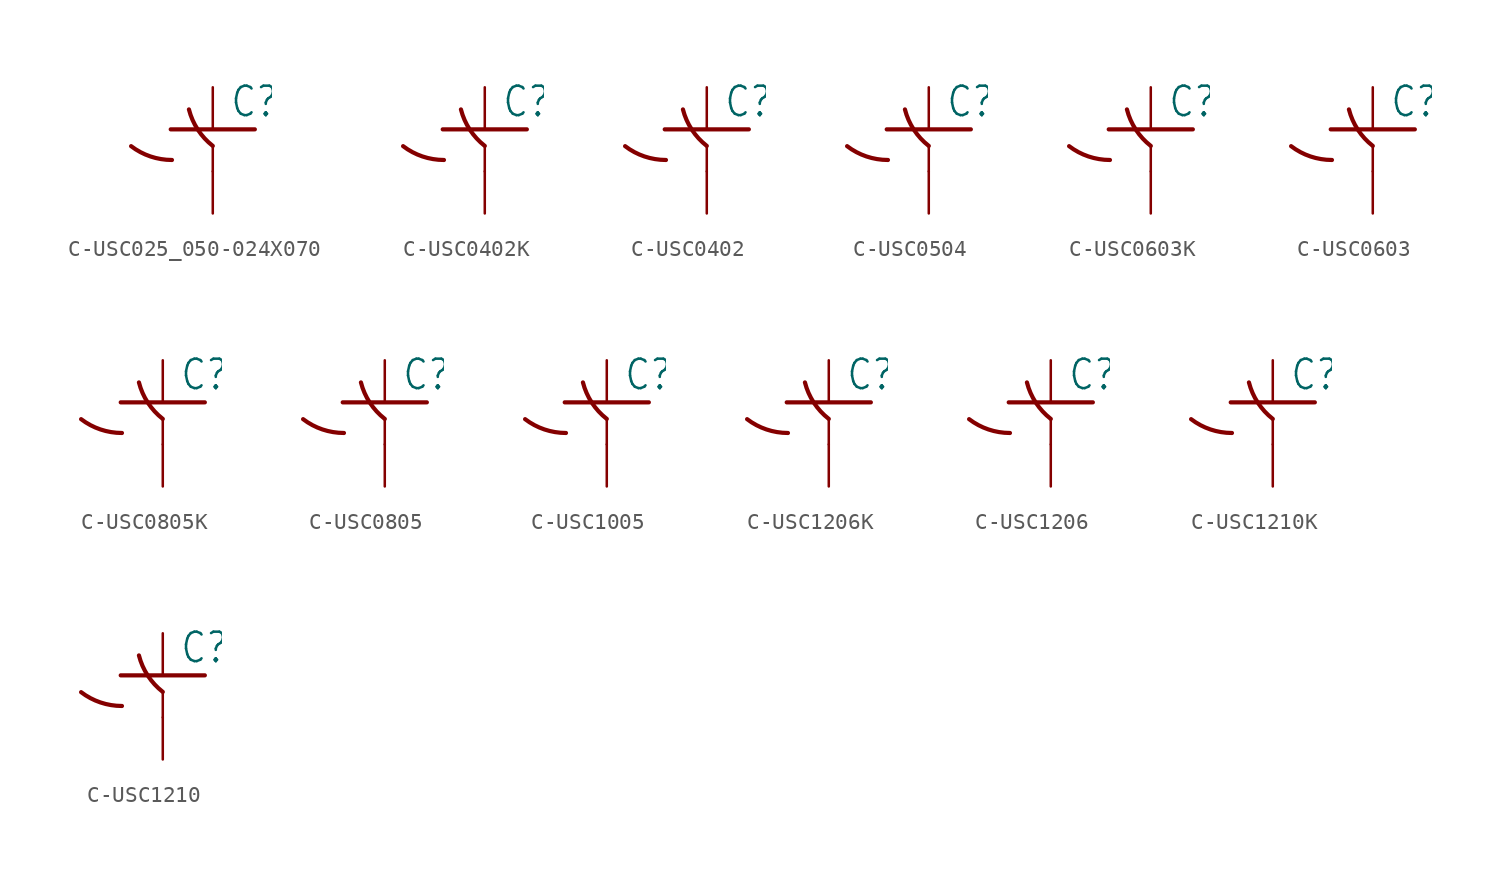
<source format=kicad_sym>
(kicad_symbol_lib
  (version 20241209)
  (generator "kicad_symbol_editor")
  (generator_version "9.0")
  (symbol "C-USC025_050-024X070"
    (property "Reference" "C"
      (at 1.016 0.635 0)
      (effects (font (size 1.778 1.511)) (justify left bottom)))
    (property "Value" ""
      (at 1.016 -4.191 0)
      (effects (font (size 1.778 1.511)) (justify left bottom)))
    (property "ki_locked" ""
      (at 0 0 0)
      (effects (font (size 1.27 1.27))))
    (symbol "C-USC025_050-024X070_1_0"
      (polyline (pts (xy -2.54 0) (xy 2.54 0)) (stroke (width 0.254) (type solid)) (fill (type none)))
      (arc (start -2.4668 -1.8504) (mid -3.7688 -1.6361) (end -4.9335 -1.016) (stroke (width 0.254) (type solid)) (fill (type none)))
      (polyline (pts (xy 0 -1.016) (xy 0 -2.54)) (stroke (width 0.152) (type solid)) (fill (type none)))
      (arc (start 0 -1) (mid -0.9038 -0.0189) (end -1.4403 1.2025) (stroke (width 0.254) (type solid)) (fill (type none)))
      (pin passive line (at 0 2.54 270) (length 2.54) (name "1" (effects (font (size 0 0)))) (number "1" (effects (font (size 0 0)))))
      (pin passive line (at 0 -5.08 90) (length 2.54) (name "2" (effects (font (size 0 0)))) (number "2" (effects (font (size 0 0)))))))
  (symbol "C-USC0402K"
    (property "Reference" "C"
      (at 1.016 0.635 0)
      (effects (font (size 1.778 1.511)) (justify left bottom)))
    (property "Value" ""
      (at 1.016 -4.191 0)
      (effects (font (size 1.778 1.511)) (justify left bottom)))
    (property "ki_locked" ""
      (at 0 0 0)
      (effects (font (size 1.27 1.27))))
    (symbol "C-USC0402K_1_0"
      (polyline (pts (xy -2.54 0) (xy 2.54 0)) (stroke (width 0.254) (type solid)) (fill (type none)))
      (arc (start -2.4668 -1.8504) (mid -3.7688 -1.6361) (end -4.9335 -1.016) (stroke (width 0.254) (type solid)) (fill (type none)))
      (polyline (pts (xy 0 -1.016) (xy 0 -2.54)) (stroke (width 0.152) (type solid)) (fill (type none)))
      (arc (start 0 -1) (mid -0.9038 -0.0189) (end -1.4403 1.2025) (stroke (width 0.254) (type solid)) (fill (type none)))
      (pin passive line (at 0 2.54 270) (length 2.54) (name "1" (effects (font (size 0 0)))) (number "1" (effects (font (size 0 0)))))
      (pin passive line (at 0 -5.08 90) (length 2.54) (name "2" (effects (font (size 0 0)))) (number "2" (effects (font (size 0 0)))))))
  (symbol "C-USC0402"
    (property "Reference" "C"
      (at 1.016 0.635 0)
      (effects (font (size 1.778 1.511)) (justify left bottom)))
    (property "Value" ""
      (at 1.016 -4.191 0)
      (effects (font (size 1.778 1.511)) (justify left bottom)))
    (property "ki_locked" ""
      (at 0 0 0)
      (effects (font (size 1.27 1.27))))
    (symbol "C-USC0402_1_0"
      (polyline (pts (xy -2.54 0) (xy 2.54 0)) (stroke (width 0.254) (type solid)) (fill (type none)))
      (arc (start -2.4668 -1.8504) (mid -3.7688 -1.6361) (end -4.9335 -1.016) (stroke (width 0.254) (type solid)) (fill (type none)))
      (polyline (pts (xy 0 -1.016) (xy 0 -2.54)) (stroke (width 0.152) (type solid)) (fill (type none)))
      (arc (start 0 -1) (mid -0.9038 -0.0189) (end -1.4403 1.2025) (stroke (width 0.254) (type solid)) (fill (type none)))
      (pin passive line (at 0 2.54 270) (length 2.54) (name "1" (effects (font (size 0 0)))) (number "1" (effects (font (size 0 0)))))
      (pin passive line (at 0 -5.08 90) (length 2.54) (name "2" (effects (font (size 0 0)))) (number "2" (effects (font (size 0 0)))))))
  (symbol "C-USC0504"
    (property "Reference" "C"
      (at 1.016 0.635 0)
      (effects (font (size 1.778 1.511)) (justify left bottom)))
    (property "Value" ""
      (at 1.016 -4.191 0)
      (effects (font (size 1.778 1.511)) (justify left bottom)))
    (property "ki_locked" ""
      (at 0 0 0)
      (effects (font (size 1.27 1.27))))
    (symbol "C-USC0504_1_0"
      (polyline (pts (xy -2.54 0) (xy 2.54 0)) (stroke (width 0.254) (type solid)) (fill (type none)))
      (arc (start -2.4668 -1.8504) (mid -3.7688 -1.6361) (end -4.9335 -1.016) (stroke (width 0.254) (type solid)) (fill (type none)))
      (polyline (pts (xy 0 -1.016) (xy 0 -2.54)) (stroke (width 0.152) (type solid)) (fill (type none)))
      (arc (start 0 -1) (mid -0.9038 -0.0189) (end -1.4403 1.2025) (stroke (width 0.254) (type solid)) (fill (type none)))
      (pin passive line (at 0 2.54 270) (length 2.54) (name "1" (effects (font (size 0 0)))) (number "1" (effects (font (size 0 0)))))
      (pin passive line (at 0 -5.08 90) (length 2.54) (name "2" (effects (font (size 0 0)))) (number "2" (effects (font (size 0 0)))))))
  (symbol "C-USC0603K"
    (property "Reference" "C"
      (at 1.016 0.635 0)
      (effects (font (size 1.778 1.511)) (justify left bottom)))
    (property "Value" ""
      (at 1.016 -4.191 0)
      (effects (font (size 1.778 1.511)) (justify left bottom)))
    (property "ki_locked" ""
      (at 0 0 0)
      (effects (font (size 1.27 1.27))))
    (symbol "C-USC0603K_1_0"
      (polyline (pts (xy -2.54 0) (xy 2.54 0)) (stroke (width 0.254) (type solid)) (fill (type none)))
      (arc (start -2.4668 -1.8504) (mid -3.7688 -1.6361) (end -4.9335 -1.016) (stroke (width 0.254) (type solid)) (fill (type none)))
      (polyline (pts (xy 0 -1.016) (xy 0 -2.54)) (stroke (width 0.152) (type solid)) (fill (type none)))
      (arc (start 0 -1) (mid -0.9038 -0.0189) (end -1.4403 1.2025) (stroke (width 0.254) (type solid)) (fill (type none)))
      (pin passive line (at 0 2.54 270) (length 2.54) (name "1" (effects (font (size 0 0)))) (number "1" (effects (font (size 0 0)))))
      (pin passive line (at 0 -5.08 90) (length 2.54) (name "2" (effects (font (size 0 0)))) (number "2" (effects (font (size 0 0)))))))
  (symbol "C-USC0603"
    (property "Reference" "C"
      (at 1.016 0.635 0)
      (effects (font (size 1.778 1.511)) (justify left bottom)))
    (property "Value" ""
      (at 1.016 -4.191 0)
      (effects (font (size 1.778 1.511)) (justify left bottom)))
    (property "ki_locked" ""
      (at 0 0 0)
      (effects (font (size 1.27 1.27))))
    (symbol "C-USC0603_1_0"
      (polyline (pts (xy -2.54 0) (xy 2.54 0)) (stroke (width 0.254) (type solid)) (fill (type none)))
      (arc (start -2.4668 -1.8504) (mid -3.7688 -1.6361) (end -4.9335 -1.016) (stroke (width 0.254) (type solid)) (fill (type none)))
      (polyline (pts (xy 0 -1.016) (xy 0 -2.54)) (stroke (width 0.152) (type solid)) (fill (type none)))
      (arc (start 0 -1) (mid -0.9038 -0.0189) (end -1.4403 1.2025) (stroke (width 0.254) (type solid)) (fill (type none)))
      (pin passive line (at 0 2.54 270) (length 2.54) (name "1" (effects (font (size 0 0)))) (number "1" (effects (font (size 0 0)))))
      (pin passive line (at 0 -5.08 90) (length 2.54) (name "2" (effects (font (size 0 0)))) (number "2" (effects (font (size 0 0)))))))
  (symbol "C-USC0805K"
    (property "Reference" "C"
      (at 1.016 0.635 0)
      (effects (font (size 1.778 1.511)) (justify left bottom)))
    (property "Value" ""
      (at 1.016 -4.191 0)
      (effects (font (size 1.778 1.511)) (justify left bottom)))
    (property "ki_locked" ""
      (at 0 0 0)
      (effects (font (size 1.27 1.27))))
    (symbol "C-USC0805K_1_0"
      (polyline (pts (xy -2.54 0) (xy 2.54 0)) (stroke (width 0.254) (type solid)) (fill (type none)))
      (arc (start -2.4668 -1.8504) (mid -3.7688 -1.6361) (end -4.9335 -1.016) (stroke (width 0.254) (type solid)) (fill (type none)))
      (polyline (pts (xy 0 -1.016) (xy 0 -2.54)) (stroke (width 0.152) (type solid)) (fill (type none)))
      (arc (start 0 -1) (mid -0.9038 -0.0189) (end -1.4403 1.2025) (stroke (width 0.254) (type solid)) (fill (type none)))
      (pin passive line (at 0 2.54 270) (length 2.54) (name "1" (effects (font (size 0 0)))) (number "1" (effects (font (size 0 0)))))
      (pin passive line (at 0 -5.08 90) (length 2.54) (name "2" (effects (font (size 0 0)))) (number "2" (effects (font (size 0 0)))))))
  (symbol "C-USC0805"
    (property "Reference" "C"
      (at 1.016 0.635 0)
      (effects (font (size 1.778 1.511)) (justify left bottom)))
    (property "Value" ""
      (at 1.016 -4.191 0)
      (effects (font (size 1.778 1.511)) (justify left bottom)))
    (property "ki_locked" ""
      (at 0 0 0)
      (effects (font (size 1.27 1.27))))
    (symbol "C-USC0805_1_0"
      (polyline (pts (xy -2.54 0) (xy 2.54 0)) (stroke (width 0.254) (type solid)) (fill (type none)))
      (arc (start -2.4668 -1.8504) (mid -3.7688 -1.6361) (end -4.9335 -1.016) (stroke (width 0.254) (type solid)) (fill (type none)))
      (polyline (pts (xy 0 -1.016) (xy 0 -2.54)) (stroke (width 0.152) (type solid)) (fill (type none)))
      (arc (start 0 -1) (mid -0.9038 -0.0189) (end -1.4403 1.2025) (stroke (width 0.254) (type solid)) (fill (type none)))
      (pin passive line (at 0 2.54 270) (length 2.54) (name "1" (effects (font (size 0 0)))) (number "1" (effects (font (size 0 0)))))
      (pin passive line (at 0 -5.08 90) (length 2.54) (name "2" (effects (font (size 0 0)))) (number "2" (effects (font (size 0 0)))))))
  (symbol "C-USC1005"
    (property "Reference" "C"
      (at 1.016 0.635 0)
      (effects (font (size 1.778 1.511)) (justify left bottom)))
    (property "Value" ""
      (at 1.016 -4.191 0)
      (effects (font (size 1.778 1.511)) (justify left bottom)))
    (property "ki_locked" ""
      (at 0 0 0)
      (effects (font (size 1.27 1.27))))
    (symbol "C-USC1005_1_0"
      (polyline (pts (xy -2.54 0) (xy 2.54 0)) (stroke (width 0.254) (type solid)) (fill (type none)))
      (arc (start -2.4668 -1.8504) (mid -3.7688 -1.6361) (end -4.9335 -1.016) (stroke (width 0.254) (type solid)) (fill (type none)))
      (polyline (pts (xy 0 -1.016) (xy 0 -2.54)) (stroke (width 0.152) (type solid)) (fill (type none)))
      (arc (start 0 -1) (mid -0.9038 -0.0189) (end -1.4403 1.2025) (stroke (width 0.254) (type solid)) (fill (type none)))
      (pin passive line (at 0 2.54 270) (length 2.54) (name "1" (effects (font (size 0 0)))) (number "1" (effects (font (size 0 0)))))
      (pin passive line (at 0 -5.08 90) (length 2.54) (name "2" (effects (font (size 0 0)))) (number "2" (effects (font (size 0 0)))))))
  (symbol "C-USC1206K"
    (property "Reference" "C"
      (at 1.016 0.635 0)
      (effects (font (size 1.778 1.511)) (justify left bottom)))
    (property "Value" ""
      (at 1.016 -4.191 0)
      (effects (font (size 1.778 1.511)) (justify left bottom)))
    (property "ki_locked" ""
      (at 0 0 0)
      (effects (font (size 1.27 1.27))))
    (symbol "C-USC1206K_1_0"
      (polyline (pts (xy -2.54 0) (xy 2.54 0)) (stroke (width 0.254) (type solid)) (fill (type none)))
      (arc (start -2.4668 -1.8504) (mid -3.7688 -1.6361) (end -4.9335 -1.016) (stroke (width 0.254) (type solid)) (fill (type none)))
      (polyline (pts (xy 0 -1.016) (xy 0 -2.54)) (stroke (width 0.152) (type solid)) (fill (type none)))
      (arc (start 0 -1) (mid -0.9038 -0.0189) (end -1.4403 1.2025) (stroke (width 0.254) (type solid)) (fill (type none)))
      (pin passive line (at 0 2.54 270) (length 2.54) (name "1" (effects (font (size 0 0)))) (number "1" (effects (font (size 0 0)))))
      (pin passive line (at 0 -5.08 90) (length 2.54) (name "2" (effects (font (size 0 0)))) (number "2" (effects (font (size 0 0)))))))
  (symbol "C-USC1206"
    (property "Reference" "C"
      (at 1.016 0.635 0)
      (effects (font (size 1.778 1.511)) (justify left bottom)))
    (property "Value" ""
      (at 1.016 -4.191 0)
      (effects (font (size 1.778 1.511)) (justify left bottom)))
    (property "ki_locked" ""
      (at 0 0 0)
      (effects (font (size 1.27 1.27))))
    (symbol "C-USC1206_1_0"
      (polyline (pts (xy -2.54 0) (xy 2.54 0)) (stroke (width 0.254) (type solid)) (fill (type none)))
      (arc (start -2.4668 -1.8504) (mid -3.7688 -1.6361) (end -4.9335 -1.016) (stroke (width 0.254) (type solid)) (fill (type none)))
      (polyline (pts (xy 0 -1.016) (xy 0 -2.54)) (stroke (width 0.152) (type solid)) (fill (type none)))
      (arc (start 0 -1) (mid -0.9038 -0.0189) (end -1.4403 1.2025) (stroke (width 0.254) (type solid)) (fill (type none)))
      (pin passive line (at 0 2.54 270) (length 2.54) (name "1" (effects (font (size 0 0)))) (number "1" (effects (font (size 0 0)))))
      (pin passive line (at 0 -5.08 90) (length 2.54) (name "2" (effects (font (size 0 0)))) (number "2" (effects (font (size 0 0)))))))
  (symbol "C-USC1210K"
    (property "Reference" "C"
      (at 1.016 0.635 0)
      (effects (font (size 1.778 1.511)) (justify left bottom)))
    (property "Value" ""
      (at 1.016 -4.191 0)
      (effects (font (size 1.778 1.511)) (justify left bottom)))
    (property "ki_locked" ""
      (at 0 0 0)
      (effects (font (size 1.27 1.27))))
    (symbol "C-USC1210K_1_0"
      (polyline (pts (xy -2.54 0) (xy 2.54 0)) (stroke (width 0.254) (type solid)) (fill (type none)))
      (arc (start -2.4668 -1.8504) (mid -3.7688 -1.6361) (end -4.9335 -1.016) (stroke (width 0.254) (type solid)) (fill (type none)))
      (polyline (pts (xy 0 -1.016) (xy 0 -2.54)) (stroke (width 0.152) (type solid)) (fill (type none)))
      (arc (start 0 -1) (mid -0.9038 -0.0189) (end -1.4403 1.2025) (stroke (width 0.254) (type solid)) (fill (type none)))
      (pin passive line (at 0 2.54 270) (length 2.54) (name "1" (effects (font (size 0 0)))) (number "1" (effects (font (size 0 0)))))
      (pin passive line (at 0 -5.08 90) (length 2.54) (name "2" (effects (font (size 0 0)))) (number "2" (effects (font (size 0 0)))))))
  (symbol "C-USC1210"
    (property "Reference" "C"
      (at 1.016 0.635 0)
      (effects (font (size 1.778 1.511)) (justify left bottom)))
    (property "Value" ""
      (at 1.016 -4.191 0)
      (effects (font (size 1.778 1.511)) (justify left bottom)))
    (property "ki_locked" ""
      (at 0 0 0)
      (effects (font (size 1.27 1.27))))
    (symbol "C-USC1210_1_0"
      (polyline (pts (xy -2.54 0) (xy 2.54 0)) (stroke (width 0.254) (type solid)) (fill (type none)))
      (arc (start -2.4668 -1.8504) (mid -3.7688 -1.6361) (end -4.9335 -1.016) (stroke (width 0.254) (type solid)) (fill (type none)))
      (polyline (pts (xy 0 -1.016) (xy 0 -2.54)) (stroke (width 0.152) (type solid)) (fill (type none)))
      (arc (start 0 -1) (mid -0.9038 -0.0189) (end -1.4403 1.2025) (stroke (width 0.254) (type solid)) (fill (type none)))
      (pin passive line (at 0 2.54 270) (length 2.54) (name "1" (effects (font (size 0 0)))) (number "1" (effects (font (size 0 0)))))
      (pin passive line (at 0 -5.08 90) (length 2.54) (name "2" (effects (font (size 0 0)))) (number "2" (effects (font (size 0 0))))))))
</source>
